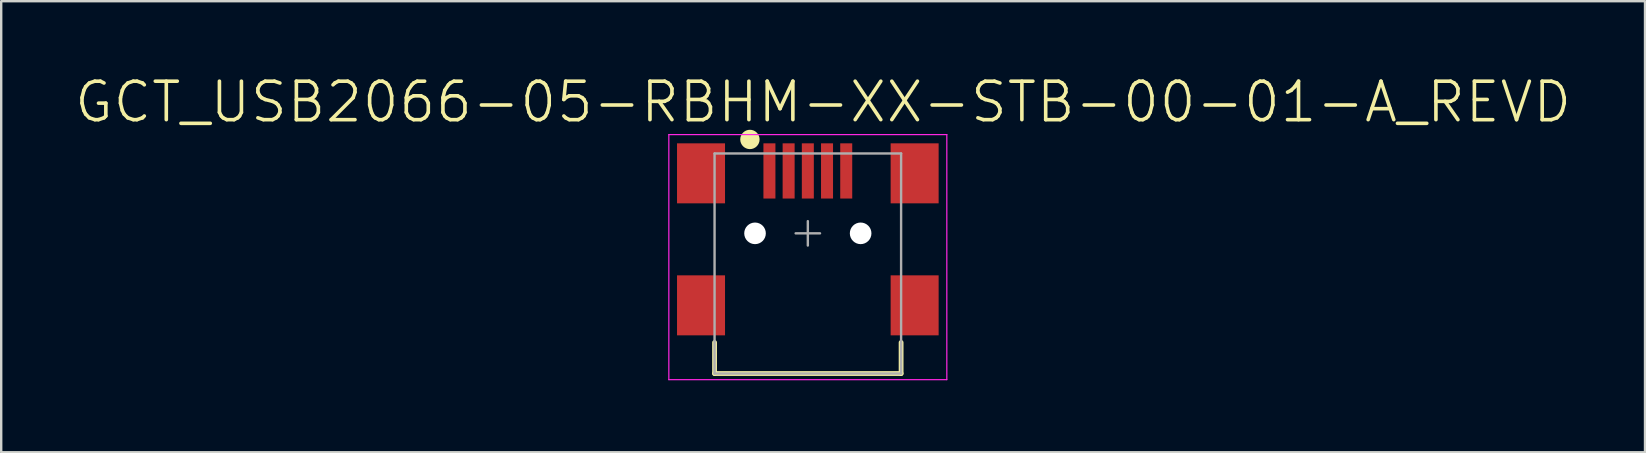
<source format=kicad_pcb>
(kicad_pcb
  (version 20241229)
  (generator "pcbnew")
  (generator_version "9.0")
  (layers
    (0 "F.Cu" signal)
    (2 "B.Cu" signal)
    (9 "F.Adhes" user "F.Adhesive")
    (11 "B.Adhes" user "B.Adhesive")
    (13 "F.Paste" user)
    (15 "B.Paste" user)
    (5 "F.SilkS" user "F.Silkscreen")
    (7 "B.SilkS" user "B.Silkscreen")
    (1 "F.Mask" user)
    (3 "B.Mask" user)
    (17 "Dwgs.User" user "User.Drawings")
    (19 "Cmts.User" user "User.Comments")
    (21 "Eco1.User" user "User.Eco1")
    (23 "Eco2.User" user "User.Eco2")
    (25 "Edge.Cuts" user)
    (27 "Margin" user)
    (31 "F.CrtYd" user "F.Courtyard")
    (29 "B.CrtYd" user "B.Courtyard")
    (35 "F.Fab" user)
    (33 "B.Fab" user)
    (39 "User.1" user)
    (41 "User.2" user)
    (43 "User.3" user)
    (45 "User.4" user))
  (footprint "GCT_USB2066-05-RBHM-XX-STB-00-01-A_REVD"
    (layer "F.Cu")
    (at 30.608 6.672)
    (property "Reference" "GCT_USB2066-05-RBHM-XX-STB-00-01-A_REVD" (at 0.636 -5.471 0) (layer "F.SilkS") (effects (font (size 1.603 1.603) (thickness 0.15))))
    (attr smd)
    (fp_line (start -3.886 5.842) (end -3.886 4.547) (stroke (width 0.2) (type solid)) (layer "F.SilkS"))
    (fp_line (start -3.886 5.842) (end 3.886 5.842) (stroke (width 0.2) (type solid)) (layer "F.SilkS"))
    (fp_line (start 3.886 5.842) (end 3.886 4.547) (stroke (width 0.2) (type solid)) (layer "F.SilkS"))
    (fp_circle (center -2.413 -3.912) (end -2.21 -3.912) (stroke (width 0.4) (type solid)) (fill no) (layer "F.SilkS"))
    (fp_line (start -5.791 -4.115) (end 5.791 -4.115) (stroke (width 0.05) (type solid)) (layer "F.CrtYd"))
    (fp_line (start -5.791 6.096) (end -5.791 -4.115) (stroke (width 0.05) (type solid)) (layer "F.CrtYd"))
    (fp_line (start -5.791 6.096) (end 5.791 6.096) (stroke (width 0.05) (type solid)) (layer "F.CrtYd"))
    (fp_line (start 5.791 6.096) (end 5.791 -4.115) (stroke (width 0.05) (type solid)) (layer "F.CrtYd"))
    (fp_line (start -3.886 -3.327) (end 3.886 -3.327) (stroke (width 0.1) (type solid)) (layer "F.Fab"))
    (fp_line (start -3.886 5.842) (end -3.886 -3.327) (stroke (width 0.1) (type solid)) (layer "F.Fab"))
    (fp_line (start -3.886 5.842) (end 3.886 5.842) (stroke (width 0.1) (type solid)) (layer "F.Fab"))
    (fp_line (start -0.508 0) (end 0.508 0) (stroke (width 0.1) (type solid)) (layer "F.Fab"))
    (fp_line (start 0 0.508) (end 0 -0.508) (stroke (width 0.1) (type solid)) (layer "F.Fab"))
    (fp_line (start 3.886 5.842) (end 3.886 -3.327) (stroke (width 0.1) (type solid)) (layer "F.Fab"))
    (pad "" np_thru_hole circle (at -2.2 0) (size 0.9 0.9) (drill 0.9) (layers "*.Cu" "*.Mask"))
    (pad "" np_thru_hole circle (at 2.2 0) (size 0.9 0.9) (drill 0.9) (layers "*.Cu" "*.Mask"))
    (pad "1" smd rect (at -1.6 -2.6) (size 0.5 2.3) (layers "F.Cu" "F.Mask" "F.Paste"))
    (pad "2" smd rect (at -0.8 -2.6) (size 0.5 2.3) (layers "F.Cu" "F.Mask" "F.Paste"))
    (pad "3" smd rect (at 0 -2.6) (size 0.5 2.3) (layers "F.Cu" "F.Mask" "F.Paste"))
    (pad "4" smd rect (at 0.8 -2.6) (size 0.5 2.3) (layers "F.Cu" "F.Mask" "F.Paste"))
    (pad "5" smd rect (at 1.6 -2.6) (size 0.5 2.3) (layers "F.Cu" "F.Mask" "F.Paste"))
    (pad "6" smd rect (at 4.45 3) (size 2 2.5) (layers "F.Cu" "F.Mask" "F.Paste"))
    (pad "7" smd rect (at 4.45 -2.5) (size 2 2.5) (layers "F.Cu" "F.Mask" "F.Paste"))
    (pad "8" smd rect (at -4.45 3) (size 2 2.5) (layers "F.Cu" "F.Mask" "F.Paste"))
    (pad "9" smd rect (at -4.45 -2.5) (size 2 2.5) (layers "F.Cu" "F.Mask" "F.Paste")))
  (gr_rect
    (start -3 -3)
    (end 65.489 15.793)
    (stroke (width 0.1) (type default))
    (fill no)
    (layer "Edge.Cuts")))
</source>
